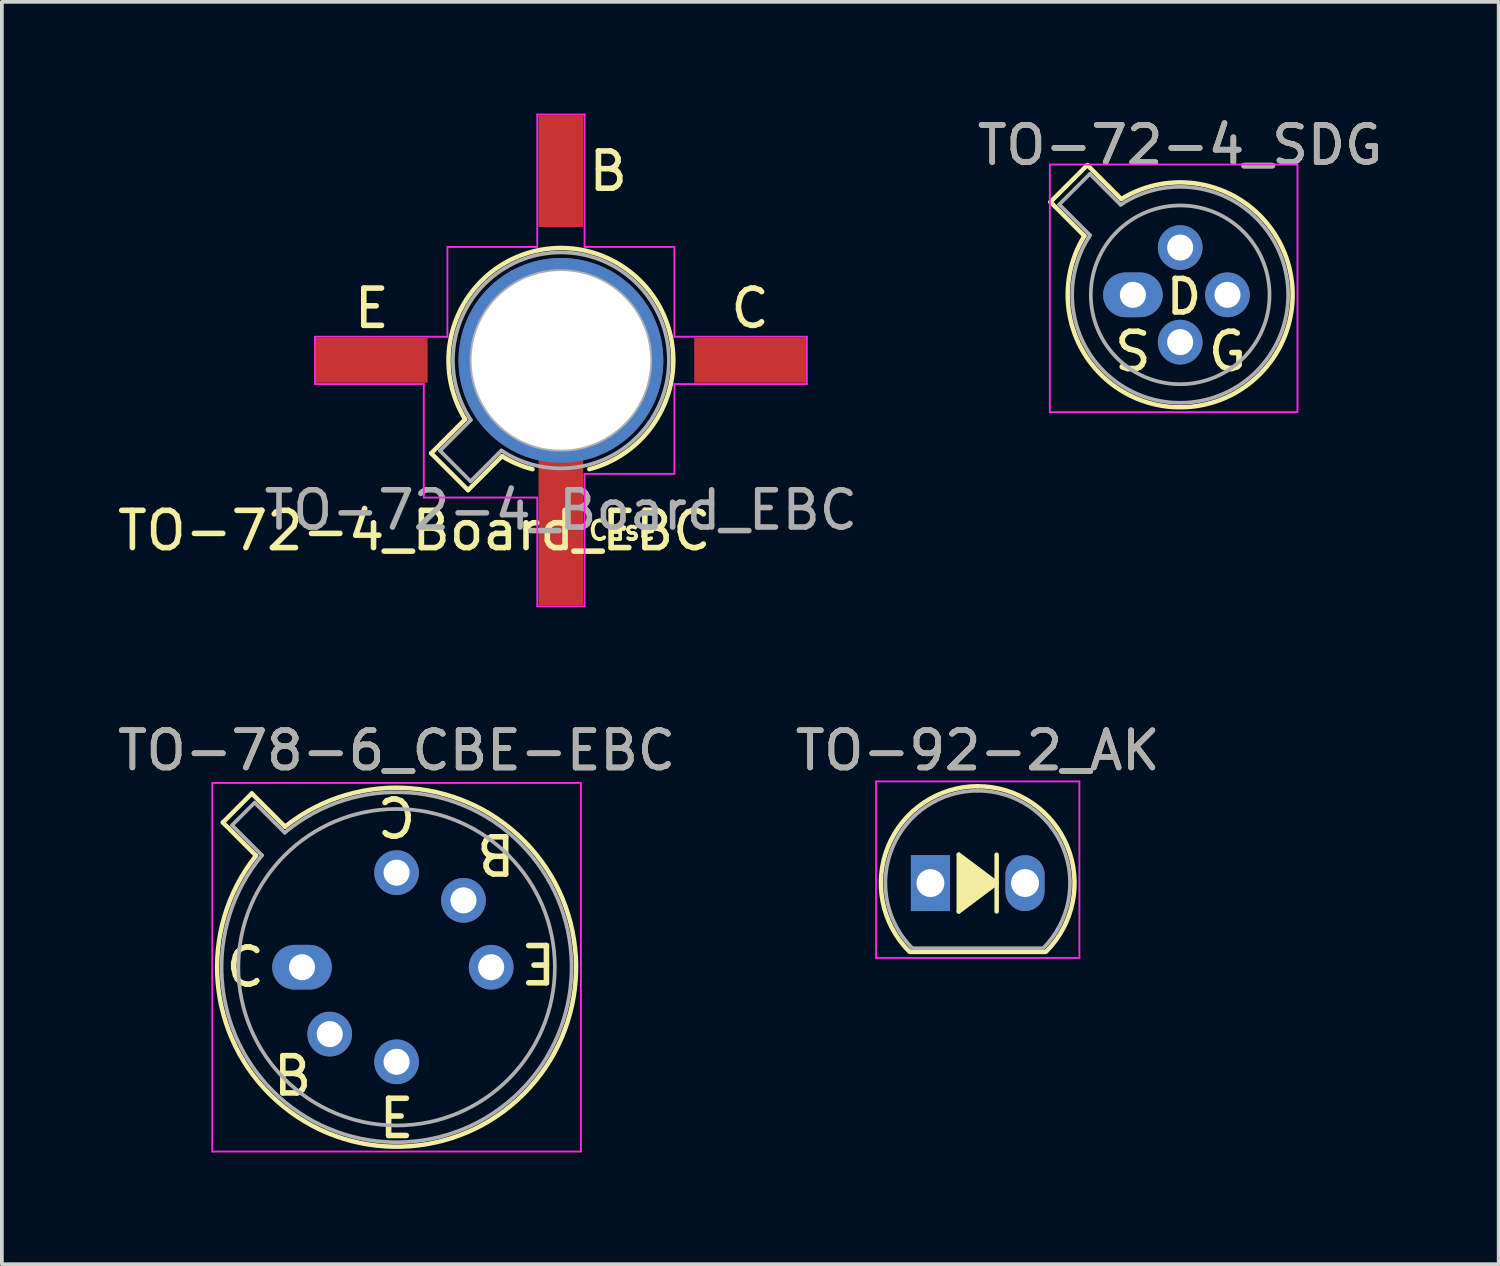
<source format=kicad_pcb>
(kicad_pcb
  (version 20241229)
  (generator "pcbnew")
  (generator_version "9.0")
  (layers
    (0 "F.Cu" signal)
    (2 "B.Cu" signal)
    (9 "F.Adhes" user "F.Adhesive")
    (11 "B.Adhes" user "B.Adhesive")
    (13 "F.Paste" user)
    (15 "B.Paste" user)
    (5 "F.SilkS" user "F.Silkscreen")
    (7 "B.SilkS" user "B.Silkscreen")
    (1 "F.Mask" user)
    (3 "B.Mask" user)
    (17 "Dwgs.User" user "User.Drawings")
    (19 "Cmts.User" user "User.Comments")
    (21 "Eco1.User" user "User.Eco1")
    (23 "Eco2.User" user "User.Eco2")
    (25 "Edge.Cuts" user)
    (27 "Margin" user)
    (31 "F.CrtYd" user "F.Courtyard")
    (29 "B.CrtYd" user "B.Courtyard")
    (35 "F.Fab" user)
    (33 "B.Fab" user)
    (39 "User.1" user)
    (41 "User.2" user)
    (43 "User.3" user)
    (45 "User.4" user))
  (footprint "TO-92-2_AK"
    (layer "F.Cu")
    (at 21.938 20.666)
    (property "Reference" "TO-92-2_AK" (at 1.27 -3.56 0) (layer "F.SilkS") (effects (font (size 1 1) (thickness 0.15))))
    (fp_line (start -0.53 1.85) (end 3.07 1.85) (stroke (width 0.12) (type solid)) (layer "F.SilkS"))
    (fp_line (start 0.762 -0.762) (end 1.778 0) (stroke (width 0.12) (type solid)) (layer "F.SilkS"))
    (fp_line (start 0.762 0.762) (end 0.762 -0.762) (stroke (width 0.12) (type solid)) (layer "F.SilkS"))
    (fp_line (start 1.778 0) (end 0.762 0.762) (stroke (width 0.12) (type solid)) (layer "F.SilkS"))
    (fp_line (start 1.778 0.762) (end 1.778 -0.762) (stroke (width 0.12) (type solid)) (layer "F.SilkS"))
    (fp_arc (start -0.568478 1.838478) (mid -1.132087 -0.994977) (end 1.27 -2.6) (stroke (width 0.12) (type solid)) (layer "F.SilkS"))
    (fp_arc (start 1.27 -2.6) (mid 3.672087 -0.994977) (end 3.108478 1.838478) (stroke (width 0.12) (type solid)) (layer "F.SilkS"))
    (fp_poly (pts (xy 0.762 -0.762) (xy 1.778 0) (xy 0.762 0.762)) (stroke (width 0.1) (type solid)) (fill yes) (layer "F.SilkS"))
    (fp_line (start -1.46 -2.73) (end -1.46 2.01) (stroke (width 0.05) (type solid)) (layer "F.CrtYd"))
    (fp_line (start -1.46 -2.73) (end 4 -2.73) (stroke (width 0.05) (type solid)) (layer "F.CrtYd"))
    (fp_line (start 4 2.01) (end -1.46 2.01) (stroke (width 0.05) (type solid)) (layer "F.CrtYd"))
    (fp_line (start 4 2.01) (end 4 -2.73) (stroke (width 0.05) (type solid)) (layer "F.CrtYd"))
    (fp_line (start -0.5 1.75) (end 3 1.75) (stroke (width 0.1) (type solid)) (layer "F.Fab"))
    (fp_arc (start -0.483625 1.753625) (mid -1.021221 -0.949055) (end 1.27 -2.48) (stroke (width 0.1) (type solid)) (layer "F.Fab"))
    (fp_arc (start 1.27 -2.48) (mid 3.561221 -0.949055) (end 3.023625 1.753625) (stroke (width 0.1) (type solid)) (layer "F.Fab"))
    (fp_text user "${REFERENCE}" (at 1.27 -3.56 0) (layer "F.Fab") (effects (font (size 1 1) (thickness 0.15))))
    (pad "1" thru_hole rect (at 0 0) (size 1.05 1.5) (drill 0.75) (layers "*.Cu" "*.Mask"))
    (pad "2" thru_hole oval (at 2.54 0) (size 1.05 1.5) (drill 0.75) (layers "*.Cu" "*.Mask")))
  (footprint "TO-72-4_Board_EBC"
    (layer "F.Cu")
    (at 10.744 6.629)
    (property "Reference" "TO-72-4_Board_EBC" (at -2.667 4.572 0) (layer "F.SilkS") (effects (font (size 1 1) (thickness 0.15))))
    (fp_line (start -2.214 2.494) (end -1.302 1.582) (stroke (width 0.12) (type solid)) (layer "F.SilkS"))
    (fp_line (start -1.224 3.484) (end -2.214 2.494) (stroke (width 0.12) (type solid)) (layer "F.SilkS"))
    (fp_line (start -0.312 2.572) (end -1.224 3.484) (stroke (width 0.12) (type solid)) (layer "F.SilkS"))
    (fp_arc (start -1.30109 1.581891) (mid 2.395391 -2.801139) (end 2.032 2.921) (stroke (width 0.12) (type solid)) (layer "F.SilkS"))
    (fp_arc (start 0.507681 2.922203) (mid 0.084691 2.777669) (end -0.312331 2.572281) (stroke (width 0.12) (type solid)) (layer "F.SilkS"))
    (fp_line (start -5.334 -0.635) (end -1.778 -0.635) (stroke (width 0.05) (type solid)) (layer "F.CrtYd"))
    (fp_line (start -5.334 0.635) (end -5.334 -0.635) (stroke (width 0.05) (type solid)) (layer "F.CrtYd"))
    (fp_line (start -2.413 0.635) (end -5.334 0.635) (stroke (width 0.05) (type solid)) (layer "F.CrtYd"))
    (fp_line (start -2.413 3.683) (end -2.413 0.635) (stroke (width 0.05) (type solid)) (layer "F.CrtYd"))
    (fp_line (start -1.778 -3.048) (end 0.635 -3.048) (stroke (width 0.05) (type solid)) (layer "F.CrtYd"))
    (fp_line (start -1.778 -0.635) (end -1.778 -3.048) (stroke (width 0.05) (type solid)) (layer "F.CrtYd"))
    (fp_line (start 0.635 -6.604) (end 1.905 -6.604) (stroke (width 0.05) (type solid)) (layer "F.CrtYd"))
    (fp_line (start 0.635 -3.048) (end 0.635 -6.604) (stroke (width 0.05) (type solid)) (layer "F.CrtYd"))
    (fp_line (start 0.635 3.683) (end -2.413 3.683) (stroke (width 0.05) (type solid)) (layer "F.CrtYd"))
    (fp_line (start 0.635 6.604) (end 0.635 3.683) (stroke (width 0.05) (type solid)) (layer "F.CrtYd"))
    (fp_line (start 1.905 -6.604) (end 1.905 -3.048) (stroke (width 0.05) (type solid)) (layer "F.CrtYd"))
    (fp_line (start 1.905 -3.048) (end 4.318 -3.048) (stroke (width 0.05) (type solid)) (layer "F.CrtYd"))
    (fp_line (start 1.905 3.048) (end 1.905 6.604) (stroke (width 0.05) (type solid)) (layer "F.CrtYd"))
    (fp_line (start 1.905 6.604) (end 0.635 6.604) (stroke (width 0.05) (type solid)) (layer "F.CrtYd"))
    (fp_line (start 4.318 -3.048) (end 4.318 -0.635) (stroke (width 0.05) (type solid)) (layer "F.CrtYd"))
    (fp_line (start 4.318 -0.635) (end 7.874 -0.635) (stroke (width 0.05) (type solid)) (layer "F.CrtYd"))
    (fp_line (start 4.318 0.635) (end 4.318 3.048) (stroke (width 0.05) (type solid)) (layer "F.CrtYd"))
    (fp_line (start 4.318 3.048) (end 1.905 3.048) (stroke (width 0.05) (type solid)) (layer "F.CrtYd"))
    (fp_line (start 7.874 -0.635) (end 7.874 0.635) (stroke (width 0.05) (type solid)) (layer "F.CrtYd"))
    (fp_line (start 7.874 0.635) (end 4.318 0.635) (stroke (width 0.05) (type solid)) (layer "F.CrtYd"))
    (fp_line (start -1.977 2.426) (end -1.149 1.599) (stroke (width 0.1) (type solid)) (layer "F.Fab"))
    (fp_line (start -1.156 3.247) (end -1.977 2.426) (stroke (width 0.1) (type solid)) (layer "F.Fab"))
    (fp_line (start -0.329 2.419) (end -1.156 3.247) (stroke (width 0.1) (type solid)) (layer "F.Fab"))
    (fp_arc (start -1.150029 1.597956) (mid 3.321077 -2.050143) (end -0.329057 2.419301) (stroke (width 0.1) (type solid)) (layer "F.Fab"))
    (fp_circle (center 1.27 0) (end 3.67 0) (stroke (width 0.1) (type solid)) (fill no) (layer "F.Fab"))
    (fp_text user "B" (at 2.54 -5.08 0) (unlocked yes) (layer "F.SilkS") (effects (font (size 1 1) (thickness 0.15))))
    (fp_text user "Case" (at 2.921 4.572 0) (unlocked yes) (layer "F.SilkS") (effects (font (size 0.5 0.5) (thickness 0.1))))
    (fp_text user "C" (at 6.35 -1.397 0) (unlocked yes) (layer "F.SilkS") (effects (font (size 1 1) (thickness 0.15))))
    (fp_text user "E" (at -3.81 -1.397 0) (unlocked yes) (layer "F.SilkS") (effects (font (size 1 1) (thickness 0.15))))
    (fp_text user "${REFERENCE}" (at 1.27 4.02 0) (layer "F.Fab") (effects (font (size 1 1) (thickness 0.15))))
    (pad "1" smd rect (at -3.81 0) (size 3 1.2) (layers "F.Cu" "F.Mask" "F.Paste"))
    (pad "2" smd rect (at 1.27 -5.08) (size 1.2 3) (layers "F.Cu" "F.Mask" "F.Paste"))
    (pad "3" smd rect (at 6.35 0) (size 3 1.2) (layers "F.Cu" "F.Mask" "F.Paste"))
    (pad "4" thru_hole circle (at 1.27 0) (size 5.5 5.5) (drill 4.8) (layers "*.Cu" "*.Mask"))
    (pad "4" smd rect (at 1.27 4.572) (size 1.2 4) (layers "F.Cu" "F.Mask" "F.Paste")))
  (footprint "TO-78-6_CBE-EBC"
    (layer "F.Cu")
    (at 5.061 22.926)
    (property "Reference" "TO-78-6_CBE-EBC" (at 2.54 -5.82 0) (layer "F.SilkS") (effects (font (size 1 1) (thickness 0.15))))
    (fp_line (start -2.126 -3.888) (end -1.235 -2.997) (stroke (width 0.12) (type solid)) (layer "F.SilkS"))
    (fp_line (start -1.348 -4.666) (end -2.126 -3.888) (stroke (width 0.12) (type solid)) (layer "F.SilkS"))
    (fp_line (start -0.457 -3.775) (end -1.348 -4.666) (stroke (width 0.12) (type solid)) (layer "F.SilkS"))
    (fp_arc (start -0.457084 -3.774902) (mid 5.948125 3.408384) (end -1.234674 -2.997371) (stroke (width 0.12) (type solid)) (layer "F.SilkS"))
    (fp_line (start -2.41 -4.95) (end -2.41 4.95) (stroke (width 0.05) (type solid)) (layer "F.CrtYd"))
    (fp_line (start -2.41 4.95) (end 7.49 4.95) (stroke (width 0.05) (type solid)) (layer "F.CrtYd"))
    (fp_line (start 7.49 -4.95) (end -2.41 -4.95) (stroke (width 0.05) (type solid)) (layer "F.CrtYd"))
    (fp_line (start 7.49 4.95) (end 7.49 -4.95) (stroke (width 0.05) (type solid)) (layer "F.CrtYd"))
    (fp_line (start -1.88 -3.812) (end -1.074 -3.005) (stroke (width 0.1) (type solid)) (layer "F.Fab"))
    (fp_line (start -1.272 -4.42) (end -1.88 -3.812) (stroke (width 0.1) (type solid)) (layer "F.Fab"))
    (fp_line (start -0.465 -3.614) (end -1.272 -4.42) (stroke (width 0.1) (type solid)) (layer "F.Fab"))
    (fp_arc (start -0.465408 -3.61352) (mid 5.863443 3.323361) (end -1.073594 -3.005319) (stroke (width 0.1) (type solid)) (layer "F.Fab"))
    (fp_circle (center 2.54 0) (end 6.79 0) (stroke (width 0.1) (type solid)) (fill no) (layer "F.Fab"))
    (fp_text user "C" (at -1.524 0 0) (unlocked yes) (layer "F.SilkS") (effects (font (size 1 1) (thickness 0.15))))
    (fp_text user "B" (at -0.254 2.921 0) (unlocked yes) (layer "F.SilkS") (effects (font (size 1 1) (thickness 0.15))))
    (fp_text user "C" (at 2.54 -4.064 180) (unlocked yes) (layer "F.SilkS") (effects (font (size 1 1) (thickness 0.15))))
    (fp_text user "B" (at 5.207 -3.048 180) (unlocked yes) (layer "F.SilkS") (effects (font (size 1 1) (thickness 0.15))))
    (fp_text user "E" (at 2.54 4.064 0) (unlocked yes) (layer "F.SilkS") (effects (font (size 1 1) (thickness 0.15))))
    (fp_text user "E" (at 6.35 -0.127 180) (unlocked yes) (layer "F.SilkS") (effects (font (size 1 1) (thickness 0.15))))
    (fp_text user "${REFERENCE}" (at 2.54 -5.82 0) (layer "F.Fab") (effects (font (size 1 1) (thickness 0.15))))
    (pad "1" thru_hole oval (at 0 0) (size 1.6 1.2) (drill 0.7) (layers "*.Cu" "*.Mask"))
    (pad "2" thru_hole oval (at 0.744 1.796) (size 1.2 1.2) (drill 0.7) (layers "*.Cu" "*.Mask"))
    (pad "3" thru_hole oval (at 2.54 2.54) (size 1.2 1.2) (drill 0.7) (layers "*.Cu" "*.Mask"))
    (pad "4" thru_hole oval (at 5.08 0) (size 1.2 1.2) (drill 0.7) (layers "*.Cu" "*.Mask"))
    (pad "5" thru_hole oval (at 4.336 -1.796) (size 1.2 1.2) (drill 0.7) (layers "*.Cu" "*.Mask"))
    (pad "6" thru_hole oval (at 2.54 -2.54) (size 1.2 1.2) (drill 0.7) (layers "*.Cu" "*.Mask")))
  (footprint "TO-72-4_SDG"
    (layer "F.Cu")
    (at 27.375 4.868)
    (property "Reference" "TO-72-4_SDG" (at 1.27 -4.02 0) (layer "F.SilkS") (effects (font (size 1 1) (thickness 0.15))))
    (fp_line (start -2.214 -2.494) (end -1.302 -1.582) (stroke (width 0.12) (type solid)) (layer "F.SilkS"))
    (fp_line (start -1.224 -3.484) (end -2.214 -2.494) (stroke (width 0.12) (type solid)) (layer "F.SilkS"))
    (fp_line (start -0.312 -2.572) (end -1.224 -3.484) (stroke (width 0.12) (type solid)) (layer "F.SilkS"))
    (fp_arc (start -0.312331 -2.572281) (mid 3.405374 2.135551) (end -1.30215 -1.582544) (stroke (width 0.12) (type solid)) (layer "F.SilkS"))
    (fp_line (start -2.23 -3.5) (end -2.23 3.15) (stroke (width 0.05) (type solid)) (layer "F.CrtYd"))
    (fp_line (start -2.23 3.15) (end 4.42 3.15) (stroke (width 0.05) (type solid)) (layer "F.CrtYd"))
    (fp_line (start 4.42 -3.5) (end -2.23 -3.5) (stroke (width 0.05) (type solid)) (layer "F.CrtYd"))
    (fp_line (start 4.42 3.15) (end 4.42 -3.5) (stroke (width 0.05) (type solid)) (layer "F.CrtYd"))
    (fp_line (start -1.977 -2.426) (end -1.149 -1.599) (stroke (width 0.1) (type solid)) (layer "F.Fab"))
    (fp_line (start -1.156 -3.247) (end -1.977 -2.426) (stroke (width 0.1) (type solid)) (layer "F.Fab"))
    (fp_line (start -0.329 -2.419) (end -1.156 -3.247) (stroke (width 0.1) (type solid)) (layer "F.Fab"))
    (fp_arc (start -0.329057 -2.419301) (mid 3.321076 2.050143) (end -1.150029 -1.597956) (stroke (width 0.1) (type solid)) (layer "F.Fab"))
    (fp_circle (center 1.27 0) (end 3.67 0) (stroke (width 0.1) (type solid)) (fill no) (layer "F.Fab"))
    (fp_text user "G" (at 2.54 1.524 0) (unlocked yes) (layer "F.SilkS") (effects (font (size 1 1) (thickness 0.15))))
    (fp_text user "D" (at 1.372 0.051 0) (unlocked yes) (layer "F.SilkS") (effects (font (size 0.9 0.9) (thickness 0.15))))
    (fp_text user "S" (at 0 1.524 0) (unlocked yes) (layer "F.SilkS") (effects (font (size 1 1) (thickness 0.15))))
    (fp_text user "${REFERENCE}" (at 1.27 -4.02 0) (layer "F.Fab") (effects (font (size 1 1) (thickness 0.15))))
    (pad "1" thru_hole oval (at 0 0) (size 1.6 1.2) (drill 0.7) (layers "*.Cu" "*.Mask"))
    (pad "2" thru_hole oval (at 1.27 1.27) (size 1.2 1.2) (drill 0.7) (layers "*.Cu" "*.Mask"))
    (pad "3" thru_hole oval (at 2.54 0) (size 1.2 1.2) (drill 0.7) (layers "*.Cu" "*.Mask"))
    (pad "4" thru_hole oval (at 1.27 -1.27) (size 1.2 1.2) (drill 0.7) (layers "*.Cu" "*.Mask")))
  (gr_rect
    (start -3 -3)
    (end 37.199 30.901)
    (stroke (width 0.1) (type default))
    (fill no)
    (layer "Edge.Cuts")))
</source>
